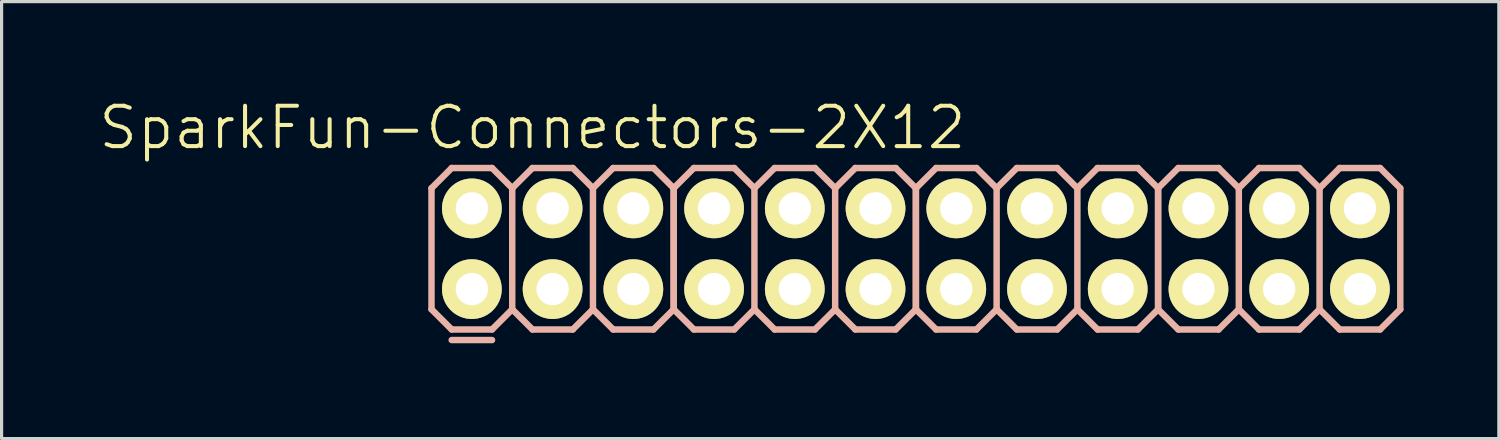
<source format=kicad_pcb>
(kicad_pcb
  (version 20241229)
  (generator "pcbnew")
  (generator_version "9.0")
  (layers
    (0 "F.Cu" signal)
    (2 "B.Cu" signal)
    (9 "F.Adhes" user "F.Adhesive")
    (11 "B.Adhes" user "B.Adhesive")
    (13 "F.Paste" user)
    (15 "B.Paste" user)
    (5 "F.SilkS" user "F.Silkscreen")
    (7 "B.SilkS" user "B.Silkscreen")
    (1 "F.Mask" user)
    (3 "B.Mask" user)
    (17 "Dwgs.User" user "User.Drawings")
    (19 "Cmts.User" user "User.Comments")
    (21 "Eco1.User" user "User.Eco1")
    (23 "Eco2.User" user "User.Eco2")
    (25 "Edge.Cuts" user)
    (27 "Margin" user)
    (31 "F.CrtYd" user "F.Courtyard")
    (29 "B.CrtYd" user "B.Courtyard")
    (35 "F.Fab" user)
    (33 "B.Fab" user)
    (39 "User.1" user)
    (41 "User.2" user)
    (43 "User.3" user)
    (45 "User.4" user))
  (footprint "SparkFun-Connectors-2X12"
    (layer "F.Cu")
    (at 25.766 4.776)
    (property "Reference" "SparkFun-Connectors-2X12" (at -12.065 -3.81 0) (layer "F.SilkS") (effects (font (size 1.27 1.27) (thickness 0.127))))
    (attr exclude_from_pos_files exclude_from_bom)
    (fp_line (start -14.224 -1.524) (end -13.716 -1.524) (stroke (width 0.066) (type solid)) (layer "F.SilkS"))
    (fp_line (start -14.224 -1.016) (end -14.224 -1.524) (stroke (width 0.066) (type solid)) (layer "F.SilkS"))
    (fp_line (start -14.224 -1.016) (end -13.716 -1.016) (stroke (width 0.066) (type solid)) (layer "F.SilkS"))
    (fp_line (start -14.224 1.016) (end -13.716 1.016) (stroke (width 0.066) (type solid)) (layer "F.SilkS"))
    (fp_line (start -14.224 1.524) (end -14.224 1.016) (stroke (width 0.066) (type solid)) (layer "F.SilkS"))
    (fp_line (start -14.224 1.524) (end -13.716 1.524) (stroke (width 0.066) (type solid)) (layer "F.SilkS"))
    (fp_line (start -13.716 -1.016) (end -13.716 -1.524) (stroke (width 0.066) (type solid)) (layer "F.SilkS"))
    (fp_line (start -13.716 1.524) (end -13.716 1.016) (stroke (width 0.066) (type solid)) (layer "F.SilkS"))
    (fp_line (start -11.684 -1.524) (end -11.176 -1.524) (stroke (width 0.066) (type solid)) (layer "F.SilkS"))
    (fp_line (start -11.684 -1.016) (end -11.684 -1.524) (stroke (width 0.066) (type solid)) (layer "F.SilkS"))
    (fp_line (start -11.684 -1.016) (end -11.176 -1.016) (stroke (width 0.066) (type solid)) (layer "F.SilkS"))
    (fp_line (start -11.684 1.016) (end -11.176 1.016) (stroke (width 0.066) (type solid)) (layer "F.SilkS"))
    (fp_line (start -11.684 1.524) (end -11.684 1.016) (stroke (width 0.066) (type solid)) (layer "F.SilkS"))
    (fp_line (start -11.684 1.524) (end -11.176 1.524) (stroke (width 0.066) (type solid)) (layer "F.SilkS"))
    (fp_line (start -11.176 -1.016) (end -11.176 -1.524) (stroke (width 0.066) (type solid)) (layer "F.SilkS"))
    (fp_line (start -11.176 1.524) (end -11.176 1.016) (stroke (width 0.066) (type solid)) (layer "F.SilkS"))
    (fp_line (start -9.144 -1.524) (end -8.636 -1.524) (stroke (width 0.066) (type solid)) (layer "F.SilkS"))
    (fp_line (start -9.144 -1.016) (end -9.144 -1.524) (stroke (width 0.066) (type solid)) (layer "F.SilkS"))
    (fp_line (start -9.144 -1.016) (end -8.636 -1.016) (stroke (width 0.066) (type solid)) (layer "F.SilkS"))
    (fp_line (start -9.144 1.016) (end -8.636 1.016) (stroke (width 0.066) (type solid)) (layer "F.SilkS"))
    (fp_line (start -9.144 1.524) (end -9.144 1.016) (stroke (width 0.066) (type solid)) (layer "F.SilkS"))
    (fp_line (start -9.144 1.524) (end -8.636 1.524) (stroke (width 0.066) (type solid)) (layer "F.SilkS"))
    (fp_line (start -8.636 -1.016) (end -8.636 -1.524) (stroke (width 0.066) (type solid)) (layer "F.SilkS"))
    (fp_line (start -8.636 1.524) (end -8.636 1.016) (stroke (width 0.066) (type solid)) (layer "F.SilkS"))
    (fp_line (start -6.604 -1.524) (end -6.096 -1.524) (stroke (width 0.066) (type solid)) (layer "F.SilkS"))
    (fp_line (start -6.604 -1.016) (end -6.604 -1.524) (stroke (width 0.066) (type solid)) (layer "F.SilkS"))
    (fp_line (start -6.604 -1.016) (end -6.096 -1.016) (stroke (width 0.066) (type solid)) (layer "F.SilkS"))
    (fp_line (start -6.604 1.016) (end -6.096 1.016) (stroke (width 0.066) (type solid)) (layer "F.SilkS"))
    (fp_line (start -6.604 1.524) (end -6.604 1.016) (stroke (width 0.066) (type solid)) (layer "F.SilkS"))
    (fp_line (start -6.604 1.524) (end -6.096 1.524) (stroke (width 0.066) (type solid)) (layer "F.SilkS"))
    (fp_line (start -6.096 -1.016) (end -6.096 -1.524) (stroke (width 0.066) (type solid)) (layer "F.SilkS"))
    (fp_line (start -6.096 1.524) (end -6.096 1.016) (stroke (width 0.066) (type solid)) (layer "F.SilkS"))
    (fp_line (start -4.064 -1.524) (end -3.556 -1.524) (stroke (width 0.066) (type solid)) (layer "F.SilkS"))
    (fp_line (start -4.064 -1.016) (end -4.064 -1.524) (stroke (width 0.066) (type solid)) (layer "F.SilkS"))
    (fp_line (start -4.064 -1.016) (end -3.556 -1.016) (stroke (width 0.066) (type solid)) (layer "F.SilkS"))
    (fp_line (start -4.064 1.016) (end -3.556 1.016) (stroke (width 0.066) (type solid)) (layer "F.SilkS"))
    (fp_line (start -4.064 1.524) (end -4.064 1.016) (stroke (width 0.066) (type solid)) (layer "F.SilkS"))
    (fp_line (start -4.064 1.524) (end -3.556 1.524) (stroke (width 0.066) (type solid)) (layer "F.SilkS"))
    (fp_line (start -3.556 -1.016) (end -3.556 -1.524) (stroke (width 0.066) (type solid)) (layer "F.SilkS"))
    (fp_line (start -3.556 1.524) (end -3.556 1.016) (stroke (width 0.066) (type solid)) (layer "F.SilkS"))
    (fp_line (start -1.524 -1.524) (end -1.016 -1.524) (stroke (width 0.066) (type solid)) (layer "F.SilkS"))
    (fp_line (start -1.524 -1.016) (end -1.524 -1.524) (stroke (width 0.066) (type solid)) (layer "F.SilkS"))
    (fp_line (start -1.524 -1.016) (end -1.016 -1.016) (stroke (width 0.066) (type solid)) (layer "F.SilkS"))
    (fp_line (start -1.524 1.016) (end -1.016 1.016) (stroke (width 0.066) (type solid)) (layer "F.SilkS"))
    (fp_line (start -1.524 1.524) (end -1.524 1.016) (stroke (width 0.066) (type solid)) (layer "F.SilkS"))
    (fp_line (start -1.524 1.524) (end -1.016 1.524) (stroke (width 0.066) (type solid)) (layer "F.SilkS"))
    (fp_line (start -1.016 -1.016) (end -1.016 -1.524) (stroke (width 0.066) (type solid)) (layer "F.SilkS"))
    (fp_line (start -1.016 1.524) (end -1.016 1.016) (stroke (width 0.066) (type solid)) (layer "F.SilkS"))
    (fp_line (start 1.016 -1.524) (end 1.524 -1.524) (stroke (width 0.066) (type solid)) (layer "F.SilkS"))
    (fp_line (start 1.016 -1.016) (end 1.016 -1.524) (stroke (width 0.066) (type solid)) (layer "F.SilkS"))
    (fp_line (start 1.016 -1.016) (end 1.524 -1.016) (stroke (width 0.066) (type solid)) (layer "F.SilkS"))
    (fp_line (start 1.016 1.016) (end 1.524 1.016) (stroke (width 0.066) (type solid)) (layer "F.SilkS"))
    (fp_line (start 1.016 1.524) (end 1.016 1.016) (stroke (width 0.066) (type solid)) (layer "F.SilkS"))
    (fp_line (start 1.016 1.524) (end 1.524 1.524) (stroke (width 0.066) (type solid)) (layer "F.SilkS"))
    (fp_line (start 1.524 -1.016) (end 1.524 -1.524) (stroke (width 0.066) (type solid)) (layer "F.SilkS"))
    (fp_line (start 1.524 1.524) (end 1.524 1.016) (stroke (width 0.066) (type solid)) (layer "F.SilkS"))
    (fp_line (start 3.556 -1.524) (end 4.064 -1.524) (stroke (width 0.066) (type solid)) (layer "F.SilkS"))
    (fp_line (start 3.556 -1.016) (end 3.556 -1.524) (stroke (width 0.066) (type solid)) (layer "F.SilkS"))
    (fp_line (start 3.556 -1.016) (end 4.064 -1.016) (stroke (width 0.066) (type solid)) (layer "F.SilkS"))
    (fp_line (start 3.556 1.016) (end 4.064 1.016) (stroke (width 0.066) (type solid)) (layer "F.SilkS"))
    (fp_line (start 3.556 1.524) (end 3.556 1.016) (stroke (width 0.066) (type solid)) (layer "F.SilkS"))
    (fp_line (start 3.556 1.524) (end 4.064 1.524) (stroke (width 0.066) (type solid)) (layer "F.SilkS"))
    (fp_line (start 4.064 -1.016) (end 4.064 -1.524) (stroke (width 0.066) (type solid)) (layer "F.SilkS"))
    (fp_line (start 4.064 1.524) (end 4.064 1.016) (stroke (width 0.066) (type solid)) (layer "F.SilkS"))
    (fp_line (start 6.096 -1.524) (end 6.604 -1.524) (stroke (width 0.066) (type solid)) (layer "F.SilkS"))
    (fp_line (start 6.096 -1.016) (end 6.096 -1.524) (stroke (width 0.066) (type solid)) (layer "F.SilkS"))
    (fp_line (start 6.096 -1.016) (end 6.604 -1.016) (stroke (width 0.066) (type solid)) (layer "F.SilkS"))
    (fp_line (start 6.096 1.016) (end 6.604 1.016) (stroke (width 0.066) (type solid)) (layer "F.SilkS"))
    (fp_line (start 6.096 1.524) (end 6.096 1.016) (stroke (width 0.066) (type solid)) (layer "F.SilkS"))
    (fp_line (start 6.096 1.524) (end 6.604 1.524) (stroke (width 0.066) (type solid)) (layer "F.SilkS"))
    (fp_line (start 6.604 -1.016) (end 6.604 -1.524) (stroke (width 0.066) (type solid)) (layer "F.SilkS"))
    (fp_line (start 6.604 1.524) (end 6.604 1.016) (stroke (width 0.066) (type solid)) (layer "F.SilkS"))
    (fp_line (start 8.636 -1.524) (end 9.144 -1.524) (stroke (width 0.066) (type solid)) (layer "F.SilkS"))
    (fp_line (start 8.636 -1.016) (end 8.636 -1.524) (stroke (width 0.066) (type solid)) (layer "F.SilkS"))
    (fp_line (start 8.636 -1.016) (end 9.144 -1.016) (stroke (width 0.066) (type solid)) (layer "F.SilkS"))
    (fp_line (start 8.636 1.016) (end 9.144 1.016) (stroke (width 0.066) (type solid)) (layer "F.SilkS"))
    (fp_line (start 8.636 1.524) (end 8.636 1.016) (stroke (width 0.066) (type solid)) (layer "F.SilkS"))
    (fp_line (start 8.636 1.524) (end 9.144 1.524) (stroke (width 0.066) (type solid)) (layer "F.SilkS"))
    (fp_line (start 9.144 -1.016) (end 9.144 -1.524) (stroke (width 0.066) (type solid)) (layer "F.SilkS"))
    (fp_line (start 9.144 1.524) (end 9.144 1.016) (stroke (width 0.066) (type solid)) (layer "F.SilkS"))
    (fp_line (start 11.176 -1.524) (end 11.684 -1.524) (stroke (width 0.066) (type solid)) (layer "F.SilkS"))
    (fp_line (start 11.176 -1.016) (end 11.176 -1.524) (stroke (width 0.066) (type solid)) (layer "F.SilkS"))
    (fp_line (start 11.176 -1.016) (end 11.684 -1.016) (stroke (width 0.066) (type solid)) (layer "F.SilkS"))
    (fp_line (start 11.176 1.016) (end 11.684 1.016) (stroke (width 0.066) (type solid)) (layer "F.SilkS"))
    (fp_line (start 11.176 1.524) (end 11.176 1.016) (stroke (width 0.066) (type solid)) (layer "F.SilkS"))
    (fp_line (start 11.176 1.524) (end 11.684 1.524) (stroke (width 0.066) (type solid)) (layer "F.SilkS"))
    (fp_line (start 11.684 -1.016) (end 11.684 -1.524) (stroke (width 0.066) (type solid)) (layer "F.SilkS"))
    (fp_line (start 11.684 1.524) (end 11.684 1.016) (stroke (width 0.066) (type solid)) (layer "F.SilkS"))
    (fp_line (start 13.716 -1.524) (end 14.224 -1.524) (stroke (width 0.066) (type solid)) (layer "F.SilkS"))
    (fp_line (start 13.716 -1.016) (end 13.716 -1.524) (stroke (width 0.066) (type solid)) (layer "F.SilkS"))
    (fp_line (start 13.716 -1.016) (end 14.224 -1.016) (stroke (width 0.066) (type solid)) (layer "F.SilkS"))
    (fp_line (start 13.716 1.016) (end 14.224 1.016) (stroke (width 0.066) (type solid)) (layer "F.SilkS"))
    (fp_line (start 13.716 1.524) (end 13.716 1.016) (stroke (width 0.066) (type solid)) (layer "F.SilkS"))
    (fp_line (start 13.716 1.524) (end 14.224 1.524) (stroke (width 0.066) (type solid)) (layer "F.SilkS"))
    (fp_line (start 14.224 -1.016) (end 14.224 -1.524) (stroke (width 0.066) (type solid)) (layer "F.SilkS"))
    (fp_line (start 14.224 1.524) (end 14.224 1.016) (stroke (width 0.066) (type solid)) (layer "F.SilkS"))
    (fp_line (start -15.24 -1.905) (end -14.605 -2.54) (stroke (width 0.203) (type solid)) (layer "B.SilkS"))
    (fp_line (start -15.24 1.905) (end -15.24 -1.905) (stroke (width 0.203) (type solid)) (layer "B.SilkS"))
    (fp_line (start -15.24 1.905) (end -14.605 2.54) (stroke (width 0.203) (type solid)) (layer "B.SilkS"))
    (fp_line (start -14.605 -2.54) (end -13.335 -2.54) (stroke (width 0.203) (type solid)) (layer "B.SilkS"))
    (fp_line (start -14.605 2.54) (end -13.335 2.54) (stroke (width 0.203) (type solid)) (layer "B.SilkS"))
    (fp_line (start -13.335 -2.54) (end -12.7 -1.905) (stroke (width 0.203) (type solid)) (layer "B.SilkS"))
    (fp_line (start -13.335 2.54) (end -12.7 1.905) (stroke (width 0.203) (type solid)) (layer "B.SilkS"))
    (fp_line (start -13.335 2.873) (end -14.605 2.873) (stroke (width 0.203) (type solid)) (layer "B.SilkS"))
    (fp_line (start -12.7 -1.905) (end -12.7 1.905) (stroke (width 0.203) (type solid)) (layer "B.SilkS"))
    (fp_line (start -12.7 -1.905) (end -12.065 -2.54) (stroke (width 0.203) (type solid)) (layer "B.SilkS"))
    (fp_line (start -12.7 1.905) (end -12.065 2.54) (stroke (width 0.203) (type solid)) (layer "B.SilkS"))
    (fp_line (start -12.065 -2.54) (end -10.795 -2.54) (stroke (width 0.203) (type solid)) (layer "B.SilkS"))
    (fp_line (start -12.065 2.54) (end -10.795 2.54) (stroke (width 0.203) (type solid)) (layer "B.SilkS"))
    (fp_line (start -10.795 -2.54) (end -10.16 -1.905) (stroke (width 0.203) (type solid)) (layer "B.SilkS"))
    (fp_line (start -10.795 2.54) (end -10.16 1.905) (stroke (width 0.203) (type solid)) (layer "B.SilkS"))
    (fp_line (start -10.16 -1.905) (end -10.16 1.905) (stroke (width 0.203) (type solid)) (layer "B.SilkS"))
    (fp_line (start -10.16 -1.905) (end -9.525 -2.54) (stroke (width 0.203) (type solid)) (layer "B.SilkS"))
    (fp_line (start -10.16 1.905) (end -9.525 2.54) (stroke (width 0.203) (type solid)) (layer "B.SilkS"))
    (fp_line (start -9.525 -2.54) (end -8.255 -2.54) (stroke (width 0.203) (type solid)) (layer "B.SilkS"))
    (fp_line (start -9.525 2.54) (end -8.255 2.54) (stroke (width 0.203) (type solid)) (layer "B.SilkS"))
    (fp_line (start -8.255 -2.54) (end -7.62 -1.905) (stroke (width 0.203) (type solid)) (layer "B.SilkS"))
    (fp_line (start -8.255 2.54) (end -7.62 1.905) (stroke (width 0.203) (type solid)) (layer "B.SilkS"))
    (fp_line (start -7.62 -1.905) (end -7.62 1.905) (stroke (width 0.203) (type solid)) (layer "B.SilkS"))
    (fp_line (start -7.62 -1.905) (end -6.985 -2.54) (stroke (width 0.203) (type solid)) (layer "B.SilkS"))
    (fp_line (start -7.62 1.905) (end -7.62 -1.905) (stroke (width 0.203) (type solid)) (layer "B.SilkS"))
    (fp_line (start -7.62 1.905) (end -6.985 2.54) (stroke (width 0.203) (type solid)) (layer "B.SilkS"))
    (fp_line (start -6.985 -2.54) (end -5.715 -2.54) (stroke (width 0.203) (type solid)) (layer "B.SilkS"))
    (fp_line (start -6.985 2.54) (end -5.715 2.54) (stroke (width 0.203) (type solid)) (layer "B.SilkS"))
    (fp_line (start -5.715 -2.54) (end -5.08 -1.905) (stroke (width 0.203) (type solid)) (layer "B.SilkS"))
    (fp_line (start -5.715 2.54) (end -5.08 1.905) (stroke (width 0.203) (type solid)) (layer "B.SilkS"))
    (fp_line (start -5.08 -1.905) (end -5.08 1.905) (stroke (width 0.203) (type solid)) (layer "B.SilkS"))
    (fp_line (start -5.08 -1.905) (end -4.445 -2.54) (stroke (width 0.203) (type solid)) (layer "B.SilkS"))
    (fp_line (start -5.08 1.905) (end -4.445 2.54) (stroke (width 0.203) (type solid)) (layer "B.SilkS"))
    (fp_line (start -4.445 -2.54) (end -3.175 -2.54) (stroke (width 0.203) (type solid)) (layer "B.SilkS"))
    (fp_line (start -4.445 2.54) (end -3.175 2.54) (stroke (width 0.203) (type solid)) (layer "B.SilkS"))
    (fp_line (start -3.175 -2.54) (end -2.54 -1.905) (stroke (width 0.203) (type solid)) (layer "B.SilkS"))
    (fp_line (start -3.175 2.54) (end -2.54 1.905) (stroke (width 0.203) (type solid)) (layer "B.SilkS"))
    (fp_line (start -2.54 -1.905) (end -2.54 1.905) (stroke (width 0.203) (type solid)) (layer "B.SilkS"))
    (fp_line (start -2.54 -1.905) (end -1.905 -2.54) (stroke (width 0.203) (type solid)) (layer "B.SilkS"))
    (fp_line (start -2.54 1.905) (end -1.905 2.54) (stroke (width 0.203) (type solid)) (layer "B.SilkS"))
    (fp_line (start -1.905 -2.54) (end -0.635 -2.54) (stroke (width 0.203) (type solid)) (layer "B.SilkS"))
    (fp_line (start -1.905 2.54) (end -0.635 2.54) (stroke (width 0.203) (type solid)) (layer "B.SilkS"))
    (fp_line (start -0.635 -2.54) (end 0 -1.905) (stroke (width 0.203) (type solid)) (layer "B.SilkS"))
    (fp_line (start -0.635 2.54) (end 0 1.905) (stroke (width 0.203) (type solid)) (layer "B.SilkS"))
    (fp_line (start 0 -1.905) (end 0 1.905) (stroke (width 0.203) (type solid)) (layer "B.SilkS"))
    (fp_line (start 0 -1.905) (end 0.635 -2.54) (stroke (width 0.203) (type solid)) (layer "B.SilkS"))
    (fp_line (start 0 1.905) (end 0 -1.905) (stroke (width 0.203) (type solid)) (layer "B.SilkS"))
    (fp_line (start 0 1.905) (end 0.635 2.54) (stroke (width 0.203) (type solid)) (layer "B.SilkS"))
    (fp_line (start 0.635 -2.54) (end 1.905 -2.54) (stroke (width 0.203) (type solid)) (layer "B.SilkS"))
    (fp_line (start 0.635 2.54) (end 1.905 2.54) (stroke (width 0.203) (type solid)) (layer "B.SilkS"))
    (fp_line (start 1.905 -2.54) (end 2.54 -1.905) (stroke (width 0.203) (type solid)) (layer "B.SilkS"))
    (fp_line (start 1.905 2.54) (end 2.54 1.905) (stroke (width 0.203) (type solid)) (layer "B.SilkS"))
    (fp_line (start 2.54 -1.905) (end 2.54 1.905) (stroke (width 0.203) (type solid)) (layer "B.SilkS"))
    (fp_line (start 2.54 -1.905) (end 3.175 -2.54) (stroke (width 0.203) (type solid)) (layer "B.SilkS"))
    (fp_line (start 2.54 1.905) (end 3.175 2.54) (stroke (width 0.203) (type solid)) (layer "B.SilkS"))
    (fp_line (start 3.175 -2.54) (end 4.445 -2.54) (stroke (width 0.203) (type solid)) (layer "B.SilkS"))
    (fp_line (start 3.175 2.54) (end 4.445 2.54) (stroke (width 0.203) (type solid)) (layer "B.SilkS"))
    (fp_line (start 4.445 -2.54) (end 5.08 -1.905) (stroke (width 0.203) (type solid)) (layer "B.SilkS"))
    (fp_line (start 4.445 2.54) (end 5.08 1.905) (stroke (width 0.203) (type solid)) (layer "B.SilkS"))
    (fp_line (start 5.08 -1.905) (end 5.08 1.905) (stroke (width 0.203) (type solid)) (layer "B.SilkS"))
    (fp_line (start 5.08 -1.905) (end 5.715 -2.54) (stroke (width 0.203) (type solid)) (layer "B.SilkS"))
    (fp_line (start 5.08 1.905) (end 5.715 2.54) (stroke (width 0.203) (type solid)) (layer "B.SilkS"))
    (fp_line (start 5.715 -2.54) (end 6.985 -2.54) (stroke (width 0.203) (type solid)) (layer "B.SilkS"))
    (fp_line (start 5.715 2.54) (end 6.985 2.54) (stroke (width 0.203) (type solid)) (layer "B.SilkS"))
    (fp_line (start 6.985 -2.54) (end 7.62 -1.905) (stroke (width 0.203) (type solid)) (layer "B.SilkS"))
    (fp_line (start 6.985 2.54) (end 7.62 1.905) (stroke (width 0.203) (type solid)) (layer "B.SilkS"))
    (fp_line (start 7.62 -1.905) (end 7.62 1.905) (stroke (width 0.203) (type solid)) (layer "B.SilkS"))
    (fp_line (start 7.62 -1.905) (end 8.255 -2.54) (stroke (width 0.203) (type solid)) (layer "B.SilkS"))
    (fp_line (start 7.62 1.905) (end 7.62 -1.905) (stroke (width 0.203) (type solid)) (layer "B.SilkS"))
    (fp_line (start 7.62 1.905) (end 8.255 2.54) (stroke (width 0.203) (type solid)) (layer "B.SilkS"))
    (fp_line (start 8.255 -2.54) (end 9.525 -2.54) (stroke (width 0.203) (type solid)) (layer "B.SilkS"))
    (fp_line (start 8.255 2.54) (end 9.525 2.54) (stroke (width 0.203) (type solid)) (layer "B.SilkS"))
    (fp_line (start 9.525 -2.54) (end 10.16 -1.905) (stroke (width 0.203) (type solid)) (layer "B.SilkS"))
    (fp_line (start 9.525 2.54) (end 10.16 1.905) (stroke (width 0.203) (type solid)) (layer "B.SilkS"))
    (fp_line (start 10.16 -1.905) (end 10.16 1.905) (stroke (width 0.203) (type solid)) (layer "B.SilkS"))
    (fp_line (start 10.16 -1.905) (end 10.795 -2.54) (stroke (width 0.203) (type solid)) (layer "B.SilkS"))
    (fp_line (start 10.16 1.905) (end 10.795 2.54) (stroke (width 0.203) (type solid)) (layer "B.SilkS"))
    (fp_line (start 10.795 -2.54) (end 12.065 -2.54) (stroke (width 0.203) (type solid)) (layer "B.SilkS"))
    (fp_line (start 10.795 2.54) (end 12.065 2.54) (stroke (width 0.203) (type solid)) (layer "B.SilkS"))
    (fp_line (start 12.065 -2.54) (end 12.7 -1.905) (stroke (width 0.203) (type solid)) (layer "B.SilkS"))
    (fp_line (start 12.065 2.54) (end 12.7 1.905) (stroke (width 0.203) (type solid)) (layer "B.SilkS"))
    (fp_line (start 12.7 -1.905) (end 12.7 1.905) (stroke (width 0.203) (type solid)) (layer "B.SilkS"))
    (fp_line (start 12.7 -1.905) (end 13.335 -2.54) (stroke (width 0.203) (type solid)) (layer "B.SilkS"))
    (fp_line (start 12.7 1.905) (end 13.335 2.54) (stroke (width 0.203) (type solid)) (layer "B.SilkS"))
    (fp_line (start 13.335 -2.54) (end 14.605 -2.54) (stroke (width 0.203) (type solid)) (layer "B.SilkS"))
    (fp_line (start 13.335 2.54) (end 14.605 2.54) (stroke (width 0.203) (type solid)) (layer "B.SilkS"))
    (fp_line (start 14.605 -2.54) (end 15.24 -1.905) (stroke (width 0.203) (type solid)) (layer "B.SilkS"))
    (fp_line (start 14.605 2.54) (end 15.24 1.905) (stroke (width 0.203) (type solid)) (layer "B.SilkS"))
    (fp_line (start 15.24 -1.905) (end 15.24 1.905) (stroke (width 0.203) (type solid)) (layer "B.SilkS"))
    (pad "1" thru_hole circle (at -13.97 1.27) (size 1.88 1.88) (drill 1.016) (layers "*.Cu" "F.Mask" "F.SilkS" "F.Paste"))
    (pad "2" thru_hole circle (at -13.97 -1.27) (size 1.88 1.88) (drill 1.016) (layers "*.Cu" "F.Mask" "F.SilkS" "F.Paste"))
    (pad "3" thru_hole circle (at -11.43 1.27) (size 1.88 1.88) (drill 1.016) (layers "*.Cu" "F.Mask" "F.SilkS" "F.Paste"))
    (pad "4" thru_hole circle (at -11.43 -1.27) (size 1.88 1.88) (drill 1.016) (layers "*.Cu" "F.Mask" "F.SilkS" "F.Paste"))
    (pad "5" thru_hole circle (at -8.89 1.27) (size 1.88 1.88) (drill 1.016) (layers "*.Cu" "F.Mask" "F.SilkS" "F.Paste"))
    (pad "6" thru_hole circle (at -8.89 -1.27) (size 1.88 1.88) (drill 1.016) (layers "*.Cu" "F.Mask" "F.SilkS" "F.Paste"))
    (pad "7" thru_hole circle (at -6.35 1.27) (size 1.88 1.88) (drill 1.016) (layers "*.Cu" "F.Mask" "F.SilkS" "F.Paste"))
    (pad "8" thru_hole circle (at -6.35 -1.27) (size 1.88 1.88) (drill 1.016) (layers "*.Cu" "F.Mask" "F.SilkS" "F.Paste"))
    (pad "9" thru_hole circle (at -3.81 1.27) (size 1.88 1.88) (drill 1.016) (layers "*.Cu" "F.Mask" "F.SilkS" "F.Paste"))
    (pad "10" thru_hole circle (at -3.81 -1.27) (size 1.88 1.88) (drill 1.016) (layers "*.Cu" "F.Mask" "F.SilkS" "F.Paste"))
    (pad "11" thru_hole circle (at -1.27 1.27) (size 1.88 1.88) (drill 1.016) (layers "*.Cu" "F.Mask" "F.SilkS" "F.Paste"))
    (pad "12" thru_hole circle (at -1.27 -1.27) (size 1.88 1.88) (drill 1.016) (layers "*.Cu" "F.Mask" "F.SilkS" "F.Paste"))
    (pad "13" thru_hole circle (at 1.27 1.27) (size 1.88 1.88) (drill 1.016) (layers "*.Cu" "F.Mask" "F.SilkS" "F.Paste"))
    (pad "14" thru_hole circle (at 1.27 -1.27) (size 1.88 1.88) (drill 1.016) (layers "*.Cu" "F.Mask" "F.SilkS" "F.Paste"))
    (pad "15" thru_hole circle (at 3.81 1.27) (size 1.88 1.88) (drill 1.016) (layers "*.Cu" "F.Mask" "F.SilkS" "F.Paste"))
    (pad "16" thru_hole circle (at 3.81 -1.27) (size 1.88 1.88) (drill 1.016) (layers "*.Cu" "F.Mask" "F.SilkS" "F.Paste"))
    (pad "17" thru_hole circle (at 6.35 1.27) (size 1.88 1.88) (drill 1.016) (layers "*.Cu" "F.Mask" "F.SilkS" "F.Paste"))
    (pad "18" thru_hole circle (at 6.35 -1.27) (size 1.88 1.88) (drill 1.016) (layers "*.Cu" "F.Mask" "F.SilkS" "F.Paste"))
    (pad "19" thru_hole circle (at 8.89 1.27) (size 1.88 1.88) (drill 1.016) (layers "*.Cu" "F.Mask" "F.SilkS" "F.Paste"))
    (pad "20" thru_hole circle (at 8.89 -1.27) (size 1.88 1.88) (drill 1.016) (layers "*.Cu" "F.Mask" "F.SilkS" "F.Paste"))
    (pad "21" thru_hole circle (at 11.43 1.27) (size 1.88 1.88) (drill 1.016) (layers "*.Cu" "F.Mask" "F.SilkS" "F.Paste"))
    (pad "22" thru_hole circle (at 11.43 -1.27) (size 1.88 1.88) (drill 1.016) (layers "*.Cu" "F.Mask" "F.SilkS" "F.Paste"))
    (pad "23" thru_hole circle (at 13.97 1.27) (size 1.88 1.88) (drill 1.016) (layers "*.Cu" "F.Mask" "F.SilkS" "F.Paste"))
    (pad "24" thru_hole circle (at 13.97 -1.27) (size 1.88 1.88) (drill 1.016) (layers "*.Cu" "F.Mask" "F.SilkS" "F.Paste")))
  (gr_rect
    (start -3 -3)
    (end 44.107 10.75)
    (stroke (width 0.1) (type default))
    (fill no)
    (layer "Edge.Cuts")))
</source>
